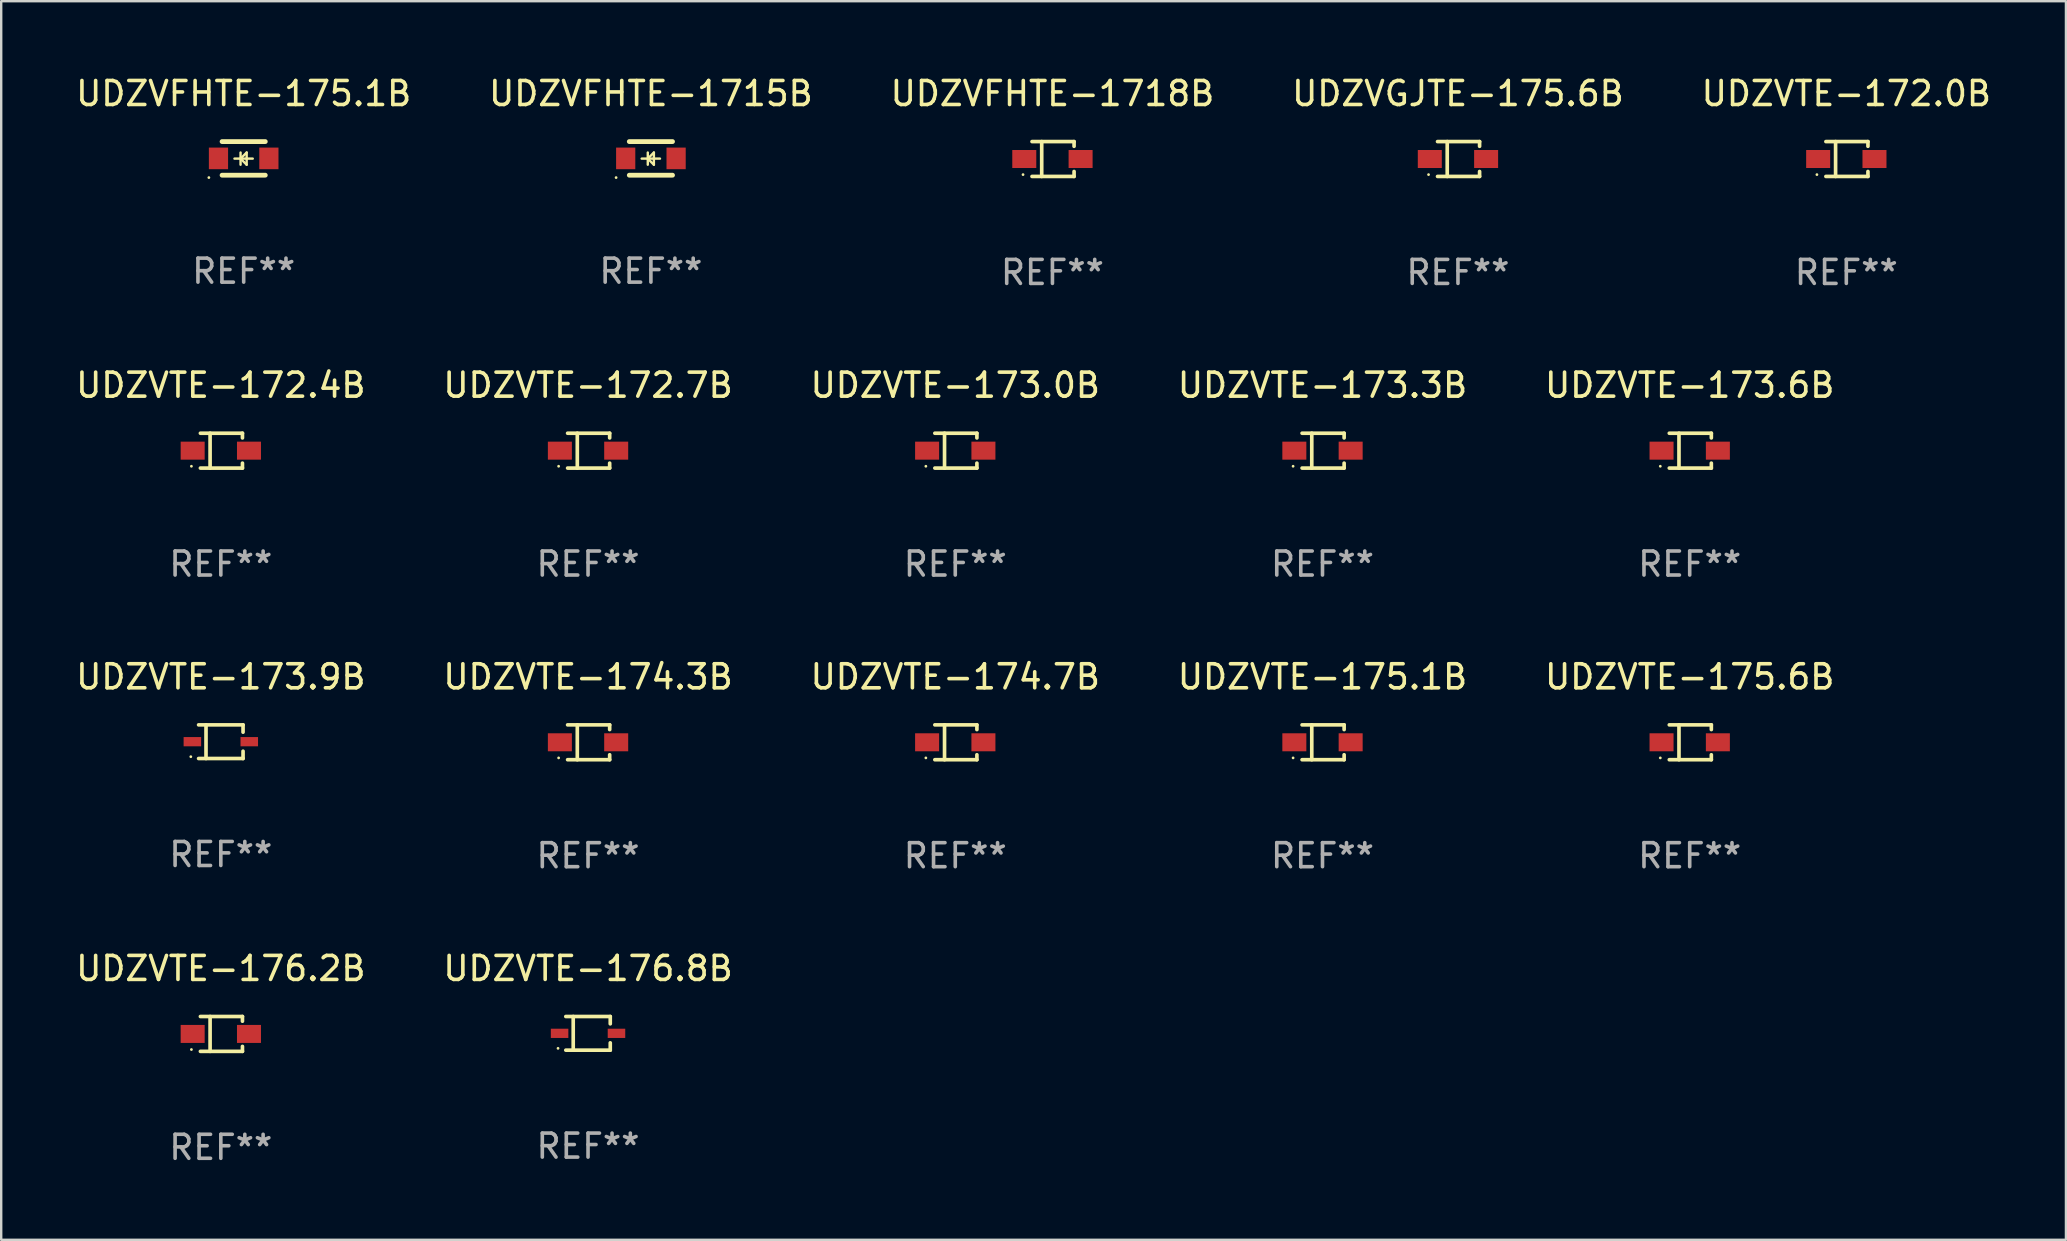
<source format=kicad_pcb>
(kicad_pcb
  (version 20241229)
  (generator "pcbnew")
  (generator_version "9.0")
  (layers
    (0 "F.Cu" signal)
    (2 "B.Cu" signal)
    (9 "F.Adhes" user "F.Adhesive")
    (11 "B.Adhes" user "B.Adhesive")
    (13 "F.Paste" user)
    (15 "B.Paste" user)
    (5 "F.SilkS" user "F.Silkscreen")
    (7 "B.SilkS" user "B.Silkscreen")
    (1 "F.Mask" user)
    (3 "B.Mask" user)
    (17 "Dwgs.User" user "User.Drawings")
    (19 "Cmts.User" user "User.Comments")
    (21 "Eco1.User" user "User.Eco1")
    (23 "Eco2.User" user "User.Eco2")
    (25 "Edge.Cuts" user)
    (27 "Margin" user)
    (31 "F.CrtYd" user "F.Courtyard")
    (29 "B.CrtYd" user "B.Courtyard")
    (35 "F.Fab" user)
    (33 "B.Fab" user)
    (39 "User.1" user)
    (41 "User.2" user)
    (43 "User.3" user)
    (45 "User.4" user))
  (footprint "UDZVTE-175.1B"
    (layer "F.Cu")
    (at 52.042 27.872)
    (property "Reference" "UDZVTE-175.1B" (at 0 -2.726 0) (layer "F.SilkS") (effects (font (size 1 1) (thickness 0.15))))
    (attr through_hole)
    (fp_line (start -0.851 -0.726) (end 0.901 -0.726) (stroke (width 0.152) (type solid)) (layer "F.SilkS"))
    (fp_line (start -0.851 0.726) (end 0.901 0.726) (stroke (width 0.152) (type solid)) (layer "F.SilkS"))
    (fp_line (start -0.447 -0.726) (end -0.447 0.726) (stroke (width 0.152) (type solid)) (layer "F.SilkS"))
    (fp_line (start 0.901 -0.726) (end 0.901 -0.53) (stroke (width 0.152) (type solid)) (layer "F.SilkS"))
    (fp_line (start 0.901 0.726) (end 0.901 0.52) (stroke (width 0.152) (type solid)) (layer "F.SilkS"))
    (fp_circle (center -1.225 0.65) (end -1.195 0.65) (stroke (width 0.06) (type solid)) (fill no) (layer "F.SilkS"))
    (fp_text user "REF**" (at 0 4.726 0) (layer "F.Fab") (effects (font (size 1 1) (thickness 0.15))))
    (pad "1" smd rect (at -1.173 0) (size 1 0.75) (layers "F.Cu" "F.Mask" "F.Paste"))
    (pad "2" smd rect (at 1.173 0) (size 1 0.75) (layers "F.Cu" "F.Mask" "F.Paste")))
  (footprint "UDZVFHTE-175.1B"
    (layer "F.Cu")
    (at 7.101 3.548)
    (property "Reference" "UDZVFHTE-175.1B" (at 0 -2.7 0) (layer "F.SilkS") (effects (font (size 1 1) (thickness 0.15))))
    (attr through_hole)
    (fp_line (start -0.9 -0.7) (end 0.9 -0.7) (stroke (width 0.2) (type solid)) (layer "F.SilkS"))
    (fp_line (start -0.9 0.7) (end 0.9 0.7) (stroke (width 0.2) (type solid)) (layer "F.SilkS"))
    (fp_line (start -0.13 0.01) (end 0.124 0.264) (stroke (width 0.1) (type solid)) (layer "F.SilkS"))
    (fp_line (start -0.13 0.264) (end -0.13 -0.244) (stroke (width 0.1) (type solid)) (layer "F.SilkS"))
    (fp_line (start 0.124 -0.244) (end -0.13 0.01) (stroke (width 0.1) (type solid)) (layer "F.SilkS"))
    (fp_line (start 0.124 0.264) (end 0.124 -0.244) (stroke (width 0.1) (type solid)) (layer "F.SilkS"))
    (fp_line (start 0.378 0.01) (end -0.384 0.01) (stroke (width 0.1) (type solid)) (layer "F.SilkS"))
    (fp_circle (center -1.45 0.8) (end -1.42 0.8) (stroke (width 0.06) (type solid)) (fill no) (layer "F.SilkS"))
    (fp_text user "REF**" (at 0 4.7 0) (layer "F.Fab") (effects (font (size 1 1) (thickness 0.15))))
    (pad "1" smd rect (at -1.05 0 270) (size 0.9 0.8) (layers "F.Cu" "F.Mask" "F.Paste"))
    (pad "2" smd rect (at 1.05 0 270) (size 0.9 0.8) (layers "F.Cu" "F.Mask" "F.Paste")))
  (footprint "UDZVTE-173.9B"
    (layer "F.Cu")
    (at 6.149 27.847)
    (property "Reference" "UDZVTE-173.9B" (at 0 -2.701 0) (layer "F.SilkS") (effects (font (size 1 1) (thickness 0.15))))
    (attr through_hole)
    (fp_line (start -0.926 -0.701) (end 0.926 -0.701) (stroke (width 0.152) (type solid)) (layer "F.SilkS"))
    (fp_line (start -0.926 0.701) (end 0.926 0.701) (stroke (width 0.152) (type solid)) (layer "F.SilkS"))
    (fp_line (start -0.617 -0.701) (end -0.617 0.701) (stroke (width 0.152) (type solid)) (layer "F.SilkS"))
    (fp_line (start 0.926 -0.701) (end 0.926 -0.396) (stroke (width 0.152) (type solid)) (layer "F.SilkS"))
    (fp_line (start 0.926 0.701) (end 0.926 0.396) (stroke (width 0.152) (type solid)) (layer "F.SilkS"))
    (fp_circle (center -1.25 0.625) (end -1.22 0.625) (stroke (width 0.06) (type solid)) (fill no) (layer "F.SilkS"))
    (fp_text user "REF**" (at 0 4.701 0) (layer "F.Fab") (effects (font (size 1 1) (thickness 0.15))))
    (pad "1" smd rect (at -1.185 0 180) (size 0.73 0.385) (layers "F.Cu" "F.Mask" "F.Paste"))
    (pad "2" smd rect (at 1.185 0 180) (size 0.73 0.385) (layers "F.Cu" "F.Mask" "F.Paste")))
  (footprint "UDZVTE-173.0B"
    (layer "F.Cu")
    (at 36.744 15.723)
    (property "Reference" "UDZVTE-173.0B" (at 0 -2.726 0) (layer "F.SilkS") (effects (font (size 1 1) (thickness 0.15))))
    (attr through_hole)
    (fp_line (start -0.851 -0.726) (end 0.901 -0.726) (stroke (width 0.152) (type solid)) (layer "F.SilkS"))
    (fp_line (start -0.851 0.726) (end 0.901 0.726) (stroke (width 0.152) (type solid)) (layer "F.SilkS"))
    (fp_line (start -0.447 -0.726) (end -0.447 0.726) (stroke (width 0.152) (type solid)) (layer "F.SilkS"))
    (fp_line (start 0.901 -0.726) (end 0.901 -0.53) (stroke (width 0.152) (type solid)) (layer "F.SilkS"))
    (fp_line (start 0.901 0.726) (end 0.901 0.52) (stroke (width 0.152) (type solid)) (layer "F.SilkS"))
    (fp_circle (center -1.225 0.65) (end -1.195 0.65) (stroke (width 0.06) (type solid)) (fill no) (layer "F.SilkS"))
    (fp_text user "REF**" (at 0 4.726 0) (layer "F.Fab") (effects (font (size 1 1) (thickness 0.15))))
    (pad "1" smd rect (at -1.173 0) (size 1 0.75) (layers "F.Cu" "F.Mask" "F.Paste"))
    (pad "2" smd rect (at 1.173 0) (size 1 0.75) (layers "F.Cu" "F.Mask" "F.Paste")))
  (footprint "UDZVTE-174.7B"
    (layer "F.Cu")
    (at 36.744 27.872)
    (property "Reference" "UDZVTE-174.7B" (at 0 -2.726 0) (layer "F.SilkS") (effects (font (size 1 1) (thickness 0.15))))
    (attr through_hole)
    (fp_line (start -0.851 -0.726) (end 0.901 -0.726) (stroke (width 0.152) (type solid)) (layer "F.SilkS"))
    (fp_line (start -0.851 0.726) (end 0.901 0.726) (stroke (width 0.152) (type solid)) (layer "F.SilkS"))
    (fp_line (start -0.447 -0.726) (end -0.447 0.726) (stroke (width 0.152) (type solid)) (layer "F.SilkS"))
    (fp_line (start 0.901 -0.726) (end 0.901 -0.53) (stroke (width 0.152) (type solid)) (layer "F.SilkS"))
    (fp_line (start 0.901 0.726) (end 0.901 0.52) (stroke (width 0.152) (type solid)) (layer "F.SilkS"))
    (fp_circle (center -1.225 0.65) (end -1.195 0.65) (stroke (width 0.06) (type solid)) (fill no) (layer "F.SilkS"))
    (fp_text user "REF**" (at 0 4.726 0) (layer "F.Fab") (effects (font (size 1 1) (thickness 0.15))))
    (pad "1" smd rect (at -1.173 0) (size 1 0.75) (layers "F.Cu" "F.Mask" "F.Paste"))
    (pad "2" smd rect (at 1.173 0) (size 1 0.75) (layers "F.Cu" "F.Mask" "F.Paste")))
  (footprint "UDZVGJTE-175.6B"
    (layer "F.Cu")
    (at 57.685 3.574)
    (property "Reference" "UDZVGJTE-175.6B" (at 0 -2.726 0) (layer "F.SilkS") (effects (font (size 1 1) (thickness 0.15))))
    (attr through_hole)
    (fp_line (start -0.851 -0.726) (end 0.901 -0.726) (stroke (width 0.152) (type solid)) (layer "F.SilkS"))
    (fp_line (start -0.851 0.726) (end 0.901 0.726) (stroke (width 0.152) (type solid)) (layer "F.SilkS"))
    (fp_line (start -0.447 -0.726) (end -0.447 0.726) (stroke (width 0.152) (type solid)) (layer "F.SilkS"))
    (fp_line (start 0.901 -0.726) (end 0.901 -0.53) (stroke (width 0.152) (type solid)) (layer "F.SilkS"))
    (fp_line (start 0.901 0.726) (end 0.901 0.52) (stroke (width 0.152) (type solid)) (layer "F.SilkS"))
    (fp_circle (center -1.225 0.65) (end -1.195 0.65) (stroke (width 0.06) (type solid)) (fill no) (layer "F.SilkS"))
    (fp_text user "REF**" (at 0 4.726 0) (layer "F.Fab") (effects (font (size 1 1) (thickness 0.15))))
    (pad "1" smd rect (at -1.173 0) (size 1 0.75) (layers "F.Cu" "F.Mask" "F.Paste"))
    (pad "2" smd rect (at 1.173 0) (size 1 0.75) (layers "F.Cu" "F.Mask" "F.Paste")))
  (footprint "UDZVFHTE-1715B"
    (layer "F.Cu")
    (at 24.065 3.548)
    (property "Reference" "UDZVFHTE-1715B" (at 0 -2.7 0) (layer "F.SilkS") (effects (font (size 1 1) (thickness 0.15))))
    (attr through_hole)
    (fp_line (start -0.9 -0.7) (end 0.9 -0.7) (stroke (width 0.2) (type solid)) (layer "F.SilkS"))
    (fp_line (start -0.9 0.7) (end 0.9 0.7) (stroke (width 0.2) (type solid)) (layer "F.SilkS"))
    (fp_line (start -0.13 0.01) (end 0.124 0.264) (stroke (width 0.1) (type solid)) (layer "F.SilkS"))
    (fp_line (start -0.13 0.264) (end -0.13 -0.244) (stroke (width 0.1) (type solid)) (layer "F.SilkS"))
    (fp_line (start 0.124 -0.244) (end -0.13 0.01) (stroke (width 0.1) (type solid)) (layer "F.SilkS"))
    (fp_line (start 0.124 0.264) (end 0.124 -0.244) (stroke (width 0.1) (type solid)) (layer "F.SilkS"))
    (fp_line (start 0.378 0.01) (end -0.384 0.01) (stroke (width 0.1) (type solid)) (layer "F.SilkS"))
    (fp_circle (center -1.45 0.8) (end -1.42 0.8) (stroke (width 0.06) (type solid)) (fill no) (layer "F.SilkS"))
    (fp_text user "REF**" (at 0 4.7 0) (layer "F.Fab") (effects (font (size 1 1) (thickness 0.15))))
    (pad "1" smd rect (at -1.05 0 270) (size 0.9 0.8) (layers "F.Cu" "F.Mask" "F.Paste"))
    (pad "2" smd rect (at 1.05 0 270) (size 0.9 0.8) (layers "F.Cu" "F.Mask" "F.Paste")))
  (footprint "UDZVTE-175.6B"
    (layer "F.Cu")
    (at 67.339 27.872)
    (property "Reference" "UDZVTE-175.6B" (at 0 -2.726 0) (layer "F.SilkS") (effects (font (size 1 1) (thickness 0.15))))
    (attr through_hole)
    (fp_line (start -0.851 -0.726) (end 0.901 -0.726) (stroke (width 0.152) (type solid)) (layer "F.SilkS"))
    (fp_line (start -0.851 0.726) (end 0.901 0.726) (stroke (width 0.152) (type solid)) (layer "F.SilkS"))
    (fp_line (start -0.447 -0.726) (end -0.447 0.726) (stroke (width 0.152) (type solid)) (layer "F.SilkS"))
    (fp_line (start 0.901 -0.726) (end 0.901 -0.53) (stroke (width 0.152) (type solid)) (layer "F.SilkS"))
    (fp_line (start 0.901 0.726) (end 0.901 0.52) (stroke (width 0.152) (type solid)) (layer "F.SilkS"))
    (fp_circle (center -1.225 0.65) (end -1.195 0.65) (stroke (width 0.06) (type solid)) (fill no) (layer "F.SilkS"))
    (fp_text user "REF**" (at 0 4.726 0) (layer "F.Fab") (effects (font (size 1 1) (thickness 0.15))))
    (pad "1" smd rect (at -1.173 0) (size 1 0.75) (layers "F.Cu" "F.Mask" "F.Paste"))
    (pad "2" smd rect (at 1.173 0) (size 1 0.75) (layers "F.Cu" "F.Mask" "F.Paste")))
  (footprint "UDZVTE-172.4B"
    (layer "F.Cu")
    (at 6.149 15.723)
    (property "Reference" "UDZVTE-172.4B" (at 0 -2.726 0) (layer "F.SilkS") (effects (font (size 1 1) (thickness 0.15))))
    (attr through_hole)
    (fp_line (start -0.851 -0.726) (end 0.901 -0.726) (stroke (width 0.152) (type solid)) (layer "F.SilkS"))
    (fp_line (start -0.851 0.726) (end 0.901 0.726) (stroke (width 0.152) (type solid)) (layer "F.SilkS"))
    (fp_line (start -0.447 -0.726) (end -0.447 0.726) (stroke (width 0.152) (type solid)) (layer "F.SilkS"))
    (fp_line (start 0.901 -0.726) (end 0.901 -0.53) (stroke (width 0.152) (type solid)) (layer "F.SilkS"))
    (fp_line (start 0.901 0.726) (end 0.901 0.52) (stroke (width 0.152) (type solid)) (layer "F.SilkS"))
    (fp_circle (center -1.225 0.65) (end -1.195 0.65) (stroke (width 0.06) (type solid)) (fill no) (layer "F.SilkS"))
    (fp_text user "REF**" (at 0 4.726 0) (layer "F.Fab") (effects (font (size 1 1) (thickness 0.15))))
    (pad "1" smd rect (at -1.173 0) (size 1 0.75) (layers "F.Cu" "F.Mask" "F.Paste"))
    (pad "2" smd rect (at 1.173 0) (size 1 0.75) (layers "F.Cu" "F.Mask" "F.Paste")))
  (footprint "UDZVTE-172.0B"
    (layer "F.Cu")
    (at 73.863 3.574)
    (property "Reference" "UDZVTE-172.0B" (at 0 -2.726 0) (layer "F.SilkS") (effects (font (size 1 1) (thickness 0.15))))
    (attr through_hole)
    (fp_line (start -0.851 -0.726) (end 0.901 -0.726) (stroke (width 0.152) (type solid)) (layer "F.SilkS"))
    (fp_line (start -0.851 0.726) (end 0.901 0.726) (stroke (width 0.152) (type solid)) (layer "F.SilkS"))
    (fp_line (start -0.447 -0.726) (end -0.447 0.726) (stroke (width 0.152) (type solid)) (layer "F.SilkS"))
    (fp_line (start 0.901 -0.726) (end 0.901 -0.53) (stroke (width 0.152) (type solid)) (layer "F.SilkS"))
    (fp_line (start 0.901 0.726) (end 0.901 0.52) (stroke (width 0.152) (type solid)) (layer "F.SilkS"))
    (fp_circle (center -1.225 0.65) (end -1.195 0.65) (stroke (width 0.06) (type solid)) (fill no) (layer "F.SilkS"))
    (fp_text user "REF**" (at 0 4.726 0) (layer "F.Fab") (effects (font (size 1 1) (thickness 0.15))))
    (pad "1" smd rect (at -1.173 0) (size 1 0.75) (layers "F.Cu" "F.Mask" "F.Paste"))
    (pad "2" smd rect (at 1.173 0) (size 1 0.75) (layers "F.Cu" "F.Mask" "F.Paste")))
  (footprint "UDZVTE-174.3B"
    (layer "F.Cu")
    (at 21.446 27.872)
    (property "Reference" "UDZVTE-174.3B" (at 0 -2.726 0) (layer "F.SilkS") (effects (font (size 1 1) (thickness 0.15))))
    (attr through_hole)
    (fp_line (start -0.851 -0.726) (end 0.901 -0.726) (stroke (width 0.152) (type solid)) (layer "F.SilkS"))
    (fp_line (start -0.851 0.726) (end 0.901 0.726) (stroke (width 0.152) (type solid)) (layer "F.SilkS"))
    (fp_line (start -0.447 -0.726) (end -0.447 0.726) (stroke (width 0.152) (type solid)) (layer "F.SilkS"))
    (fp_line (start 0.901 -0.726) (end 0.901 -0.53) (stroke (width 0.152) (type solid)) (layer "F.SilkS"))
    (fp_line (start 0.901 0.726) (end 0.901 0.52) (stroke (width 0.152) (type solid)) (layer "F.SilkS"))
    (fp_circle (center -1.225 0.65) (end -1.195 0.65) (stroke (width 0.06) (type solid)) (fill no) (layer "F.SilkS"))
    (fp_text user "REF**" (at 0 4.726 0) (layer "F.Fab") (effects (font (size 1 1) (thickness 0.15))))
    (pad "1" smd rect (at -1.173 0) (size 1 0.75) (layers "F.Cu" "F.Mask" "F.Paste"))
    (pad "2" smd rect (at 1.173 0) (size 1 0.75) (layers "F.Cu" "F.Mask" "F.Paste")))
  (footprint "UDZVTE-176.2B"
    (layer "F.Cu")
    (at 6.149 40.021)
    (property "Reference" "UDZVTE-176.2B" (at 0 -2.726 0) (layer "F.SilkS") (effects (font (size 1 1) (thickness 0.15))))
    (attr through_hole)
    (fp_line (start -0.851 -0.726) (end 0.901 -0.726) (stroke (width 0.152) (type solid)) (layer "F.SilkS"))
    (fp_line (start -0.851 0.726) (end 0.901 0.726) (stroke (width 0.152) (type solid)) (layer "F.SilkS"))
    (fp_line (start -0.447 -0.726) (end -0.447 0.726) (stroke (width 0.152) (type solid)) (layer "F.SilkS"))
    (fp_line (start 0.901 -0.726) (end 0.901 -0.53) (stroke (width 0.152) (type solid)) (layer "F.SilkS"))
    (fp_line (start 0.901 0.726) (end 0.901 0.52) (stroke (width 0.152) (type solid)) (layer "F.SilkS"))
    (fp_circle (center -1.225 0.65) (end -1.195 0.65) (stroke (width 0.06) (type solid)) (fill no) (layer "F.SilkS"))
    (fp_text user "REF**" (at 0 4.726 0) (layer "F.Fab") (effects (font (size 1 1) (thickness 0.15))))
    (pad "1" smd rect (at -1.173 0) (size 1 0.75) (layers "F.Cu" "F.Mask" "F.Paste"))
    (pad "2" smd rect (at 1.173 0) (size 1 0.75) (layers "F.Cu" "F.Mask" "F.Paste")))
  (footprint "UDZVTE-173.6B"
    (layer "F.Cu")
    (at 67.339 15.723)
    (property "Reference" "UDZVTE-173.6B" (at 0 -2.726 0) (layer "F.SilkS") (effects (font (size 1 1) (thickness 0.15))))
    (attr through_hole)
    (fp_line (start -0.851 -0.726) (end 0.901 -0.726) (stroke (width 0.152) (type solid)) (layer "F.SilkS"))
    (fp_line (start -0.851 0.726) (end 0.901 0.726) (stroke (width 0.152) (type solid)) (layer "F.SilkS"))
    (fp_line (start -0.447 -0.726) (end -0.447 0.726) (stroke (width 0.152) (type solid)) (layer "F.SilkS"))
    (fp_line (start 0.901 -0.726) (end 0.901 -0.53) (stroke (width 0.152) (type solid)) (layer "F.SilkS"))
    (fp_line (start 0.901 0.726) (end 0.901 0.52) (stroke (width 0.152) (type solid)) (layer "F.SilkS"))
    (fp_circle (center -1.225 0.65) (end -1.195 0.65) (stroke (width 0.06) (type solid)) (fill no) (layer "F.SilkS"))
    (fp_text user "REF**" (at 0 4.726 0) (layer "F.Fab") (effects (font (size 1 1) (thickness 0.15))))
    (pad "1" smd rect (at -1.173 0) (size 1 0.75) (layers "F.Cu" "F.Mask" "F.Paste"))
    (pad "2" smd rect (at 1.173 0) (size 1 0.75) (layers "F.Cu" "F.Mask" "F.Paste")))
  (footprint "UDZVTE-176.8B"
    (layer "F.Cu")
    (at 21.446 39.996)
    (property "Reference" "UDZVTE-176.8B" (at 0 -2.701 0) (layer "F.SilkS") (effects (font (size 1 1) (thickness 0.15))))
    (attr through_hole)
    (fp_line (start -0.926 -0.701) (end 0.926 -0.701) (stroke (width 0.152) (type solid)) (layer "F.SilkS"))
    (fp_line (start -0.926 0.701) (end 0.926 0.701) (stroke (width 0.152) (type solid)) (layer "F.SilkS"))
    (fp_line (start -0.617 -0.701) (end -0.617 0.701) (stroke (width 0.152) (type solid)) (layer "F.SilkS"))
    (fp_line (start 0.926 -0.701) (end 0.926 -0.396) (stroke (width 0.152) (type solid)) (layer "F.SilkS"))
    (fp_line (start 0.926 0.701) (end 0.926 0.396) (stroke (width 0.152) (type solid)) (layer "F.SilkS"))
    (fp_circle (center -1.25 0.625) (end -1.22 0.625) (stroke (width 0.06) (type solid)) (fill no) (layer "F.SilkS"))
    (fp_text user "REF**" (at 0 4.701 0) (layer "F.Fab") (effects (font (size 1 1) (thickness 0.15))))
    (pad "1" smd rect (at -1.185 0 180) (size 0.73 0.385) (layers "F.Cu" "F.Mask" "F.Paste"))
    (pad "2" smd rect (at 1.185 0 180) (size 0.73 0.385) (layers "F.Cu" "F.Mask" "F.Paste")))
  (footprint "UDZVTE-172.7B"
    (layer "F.Cu")
    (at 21.446 15.723)
    (property "Reference" "UDZVTE-172.7B" (at 0 -2.726 0) (layer "F.SilkS") (effects (font (size 1 1) (thickness 0.15))))
    (attr through_hole)
    (fp_line (start -0.851 -0.726) (end 0.901 -0.726) (stroke (width 0.152) (type solid)) (layer "F.SilkS"))
    (fp_line (start -0.851 0.726) (end 0.901 0.726) (stroke (width 0.152) (type solid)) (layer "F.SilkS"))
    (fp_line (start -0.447 -0.726) (end -0.447 0.726) (stroke (width 0.152) (type solid)) (layer "F.SilkS"))
    (fp_line (start 0.901 -0.726) (end 0.901 -0.53) (stroke (width 0.152) (type solid)) (layer "F.SilkS"))
    (fp_line (start 0.901 0.726) (end 0.901 0.52) (stroke (width 0.152) (type solid)) (layer "F.SilkS"))
    (fp_circle (center -1.225 0.65) (end -1.195 0.65) (stroke (width 0.06) (type solid)) (fill no) (layer "F.SilkS"))
    (fp_text user "REF**" (at 0 4.726 0) (layer "F.Fab") (effects (font (size 1 1) (thickness 0.15))))
    (pad "1" smd rect (at -1.173 0) (size 1 0.75) (layers "F.Cu" "F.Mask" "F.Paste"))
    (pad "2" smd rect (at 1.173 0) (size 1 0.75) (layers "F.Cu" "F.Mask" "F.Paste")))
  (footprint "UDZVFHTE-1718B"
    (layer "F.Cu")
    (at 40.792 3.574)
    (property "Reference" "UDZVFHTE-1718B" (at 0 -2.726 0) (layer "F.SilkS") (effects (font (size 1 1) (thickness 0.15))))
    (attr through_hole)
    (fp_line (start -0.851 -0.726) (end 0.901 -0.726) (stroke (width 0.152) (type solid)) (layer "F.SilkS"))
    (fp_line (start -0.851 0.726) (end 0.901 0.726) (stroke (width 0.152) (type solid)) (layer "F.SilkS"))
    (fp_line (start -0.447 -0.726) (end -0.447 0.726) (stroke (width 0.152) (type solid)) (layer "F.SilkS"))
    (fp_line (start 0.901 -0.726) (end 0.901 -0.53) (stroke (width 0.152) (type solid)) (layer "F.SilkS"))
    (fp_line (start 0.901 0.726) (end 0.901 0.52) (stroke (width 0.152) (type solid)) (layer "F.SilkS"))
    (fp_circle (center -1.225 0.65) (end -1.195 0.65) (stroke (width 0.06) (type solid)) (fill no) (layer "F.SilkS"))
    (fp_text user "REF**" (at 0 4.726 0) (layer "F.Fab") (effects (font (size 1 1) (thickness 0.15))))
    (pad "1" smd rect (at -1.173 0) (size 1 0.75) (layers "F.Cu" "F.Mask" "F.Paste"))
    (pad "2" smd rect (at 1.173 0) (size 1 0.75) (layers "F.Cu" "F.Mask" "F.Paste")))
  (footprint "UDZVTE-173.3B"
    (layer "F.Cu")
    (at 52.042 15.723)
    (property "Reference" "UDZVTE-173.3B" (at 0 -2.726 0) (layer "F.SilkS") (effects (font (size 1 1) (thickness 0.15))))
    (attr through_hole)
    (fp_line (start -0.851 -0.726) (end 0.901 -0.726) (stroke (width 0.152) (type solid)) (layer "F.SilkS"))
    (fp_line (start -0.851 0.726) (end 0.901 0.726) (stroke (width 0.152) (type solid)) (layer "F.SilkS"))
    (fp_line (start -0.447 -0.726) (end -0.447 0.726) (stroke (width 0.152) (type solid)) (layer "F.SilkS"))
    (fp_line (start 0.901 -0.726) (end 0.901 -0.53) (stroke (width 0.152) (type solid)) (layer "F.SilkS"))
    (fp_line (start 0.901 0.726) (end 0.901 0.52) (stroke (width 0.152) (type solid)) (layer "F.SilkS"))
    (fp_circle (center -1.225 0.65) (end -1.195 0.65) (stroke (width 0.06) (type solid)) (fill no) (layer "F.SilkS"))
    (fp_text user "REF**" (at 0 4.726 0) (layer "F.Fab") (effects (font (size 1 1) (thickness 0.15))))
    (pad "1" smd rect (at -1.173 0) (size 1 0.75) (layers "F.Cu" "F.Mask" "F.Paste"))
    (pad "2" smd rect (at 1.173 0) (size 1 0.75) (layers "F.Cu" "F.Mask" "F.Paste")))
  (gr_rect
    (start -3 -3)
    (end 83.012 48.596)
    (stroke (width 0.1) (type default))
    (fill no)
    (layer "Edge.Cuts")))
</source>
